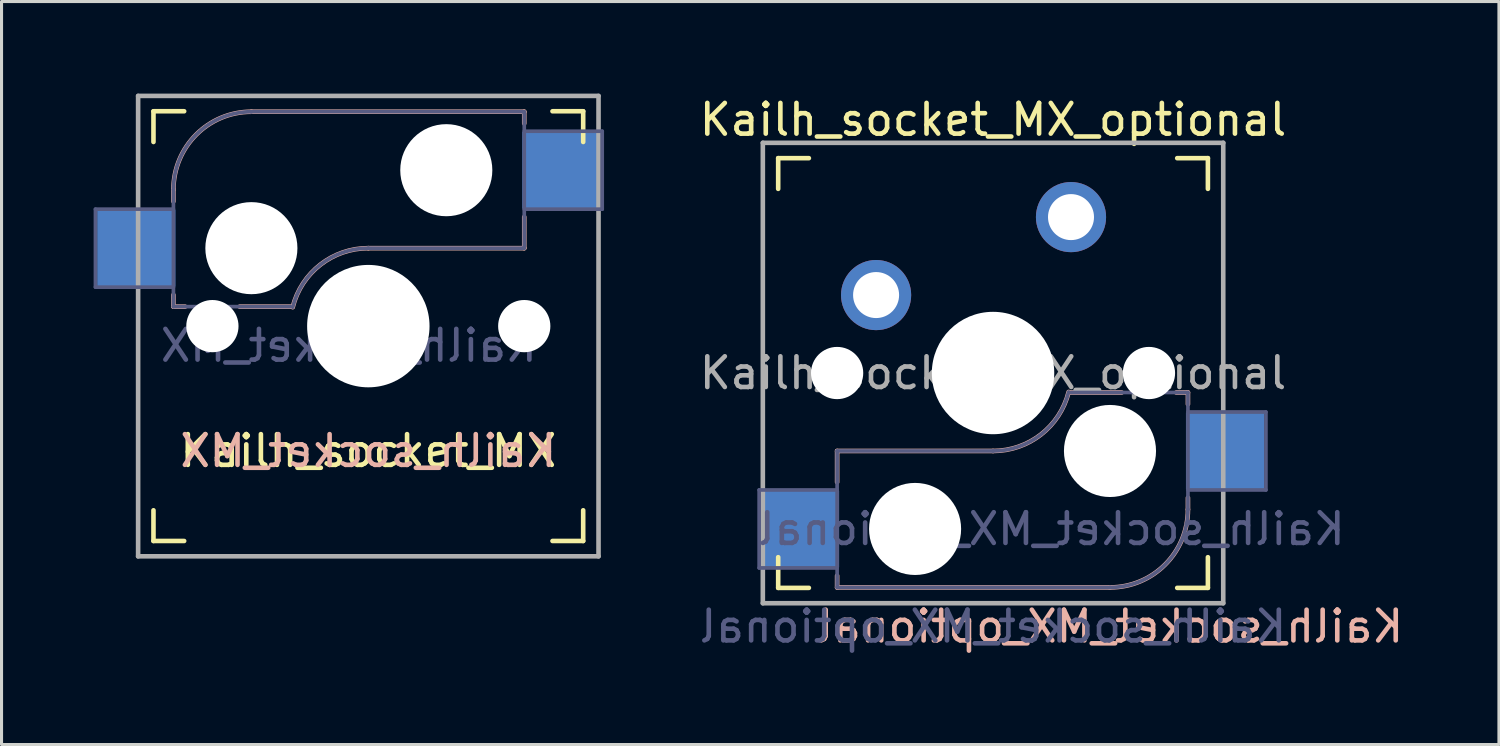
<source format=kicad_pcb>
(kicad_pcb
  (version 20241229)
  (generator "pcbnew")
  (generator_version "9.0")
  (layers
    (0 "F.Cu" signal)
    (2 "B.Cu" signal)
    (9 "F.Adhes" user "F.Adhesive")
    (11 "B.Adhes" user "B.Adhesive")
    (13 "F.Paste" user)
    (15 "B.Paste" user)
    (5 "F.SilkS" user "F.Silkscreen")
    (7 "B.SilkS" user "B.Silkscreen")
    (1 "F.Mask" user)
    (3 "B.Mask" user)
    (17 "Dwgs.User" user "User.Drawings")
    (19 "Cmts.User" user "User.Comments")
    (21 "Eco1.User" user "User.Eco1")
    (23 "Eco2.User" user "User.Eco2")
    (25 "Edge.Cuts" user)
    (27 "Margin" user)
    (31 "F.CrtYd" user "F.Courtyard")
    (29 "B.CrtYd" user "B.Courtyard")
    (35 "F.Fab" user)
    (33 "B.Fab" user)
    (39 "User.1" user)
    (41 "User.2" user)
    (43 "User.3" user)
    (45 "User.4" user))
  (footprint "Kailh_socket_MX"
    (layer "F.Cu")
    (at 8.95 7.575)
    (property "Reference" "Kailh_socket_MX" (at 0 4.064 0) (layer "B.SilkS") (effects (font (size 1 1) (thickness 0.15)) (justify mirror)))
    (property "Value" "Kailh_socket_MX" (at 0 8.255 0) (layer "F.Fab") (hide yes) (effects (font (size 1 1) (thickness 0.15))))
    (attr smd)
    (fp_line (start -7 -6) (end -7 -7) (stroke (width 0.15) (type solid)) (layer "F.SilkS"))
    (fp_line (start -7 7) (end -7 6) (stroke (width 0.15) (type solid)) (layer "F.SilkS"))
    (fp_line (start -7 7) (end -6 7) (stroke (width 0.15) (type solid)) (layer "F.SilkS"))
    (fp_line (start -6 -7) (end -7 -7) (stroke (width 0.15) (type solid)) (layer "F.SilkS"))
    (fp_line (start 6 7) (end 7 7) (stroke (width 0.15) (type solid)) (layer "F.SilkS"))
    (fp_line (start 7 -7) (end 6 -7) (stroke (width 0.15) (type solid)) (layer "F.SilkS"))
    (fp_line (start 7 -7) (end 7 -6) (stroke (width 0.15) (type solid)) (layer "F.SilkS"))
    (fp_line (start 7 6) (end 7 7) (stroke (width 0.15) (type solid)) (layer "F.SilkS"))
    (fp_line (start -6.35 -4.445) (end -6.35 -4.064) (stroke (width 0.15) (type solid)) (layer "B.SilkS"))
    (fp_line (start -6.35 -1.016) (end -6.35 -0.635) (stroke (width 0.15) (type solid)) (layer "B.SilkS"))
    (fp_line (start -5.969 -0.635) (end -6.35 -0.635) (stroke (width 0.15) (type solid)) (layer "B.SilkS"))
    (fp_line (start -3.81 -6.985) (end 5.08 -6.985) (stroke (width 0.15) (type solid)) (layer "B.SilkS"))
    (fp_line (start -2.464 -0.635) (end -4.191 -0.635) (stroke (width 0.15) (type solid)) (layer "B.SilkS"))
    (fp_line (start 5.08 -6.985) (end 5.08 -6.604) (stroke (width 0.15) (type solid)) (layer "B.SilkS"))
    (fp_line (start 5.08 -3.556) (end 5.08 -2.54) (stroke (width 0.15) (type solid)) (layer "B.SilkS"))
    (fp_line (start 5.08 -2.54) (end 0 -2.54) (stroke (width 0.15) (type solid)) (layer "B.SilkS"))
    (fp_arc (start -6.35 -4.445) (mid -5.606051 -6.241051) (end -3.81 -6.985) (stroke (width 0.15) (type solid)) (layer "B.SilkS"))
    (fp_arc (start -2.464162 -0.61604) (mid -1.563147 -2.002042) (end 0 -2.54) (stroke (width 0.15) (type solid)) (layer "B.SilkS"))
    (fp_line (start -6.9 6.9) (end -6.9 -6.9) (stroke (width 0.15) (type solid)) (layer "Eco2.User"))
    (fp_line (start -6.9 6.9) (end 6.9 6.9) (stroke (width 0.15) (type solid)) (layer "Eco2.User"))
    (fp_line (start 6.9 -6.9) (end -6.9 -6.9) (stroke (width 0.15) (type solid)) (layer "Eco2.User"))
    (fp_line (start 6.9 -6.9) (end 6.9 6.9) (stroke (width 0.15) (type solid)) (layer "Eco2.User"))
    (fp_line (start -8.89 -3.81) (end -6.35 -3.81) (stroke (width 0.12) (type solid)) (layer "B.Fab"))
    (fp_line (start -8.89 -1.27) (end -8.89 -3.81) (stroke (width 0.12) (type solid)) (layer "B.Fab"))
    (fp_line (start -6.35 -1.27) (end -8.89 -1.27) (stroke (width 0.12) (type solid)) (layer "B.Fab"))
    (fp_line (start -6.35 -0.635) (end -6.35 -4.445) (stroke (width 0.12) (type solid)) (layer "B.Fab"))
    (fp_line (start -6.35 -0.635) (end -2.54 -0.635) (stroke (width 0.12) (type solid)) (layer "B.Fab"))
    (fp_line (start -3.81 -6.985) (end 5.08 -6.985) (stroke (width 0.12) (type solid)) (layer "B.Fab"))
    (fp_line (start 5.08 -6.985) (end 5.08 -2.54) (stroke (width 0.12) (type solid)) (layer "B.Fab"))
    (fp_line (start 5.08 -6.35) (end 7.62 -6.35) (stroke (width 0.12) (type solid)) (layer "B.Fab"))
    (fp_line (start 5.08 -2.54) (end 0 -2.54) (stroke (width 0.12) (type solid)) (layer "B.Fab"))
    (fp_line (start 7.62 -6.35) (end 7.62 -3.81) (stroke (width 0.12) (type solid)) (layer "B.Fab"))
    (fp_line (start 7.62 -3.81) (end 5.08 -3.81) (stroke (width 0.12) (type solid)) (layer "B.Fab"))
    (fp_arc (start -6.35 -4.445) (mid -5.606051 -6.241051) (end -3.81 -6.985) (stroke (width 0.12) (type solid)) (layer "B.Fab"))
    (fp_arc (start -2.464162 -0.61604) (mid -1.563147 -2.002042) (end 0 -2.54) (stroke (width 0.12) (type solid)) (layer "B.Fab"))
    (fp_line (start -7.5 -7.5) (end 7.5 -7.5) (stroke (width 0.15) (type solid)) (layer "F.Fab"))
    (fp_line (start -7.5 7.5) (end -7.5 -7.5) (stroke (width 0.15) (type solid)) (layer "F.Fab"))
    (fp_line (start 7.5 -7.5) (end 7.5 7.5) (stroke (width 0.15) (type solid)) (layer "F.Fab"))
    (fp_line (start 7.5 7.5) (end -7.5 7.5) (stroke (width 0.15) (type solid)) (layer "F.Fab"))
    (fp_text user "${REFERENCE}" (at 0 4.064 0) (layer "F.SilkS") (effects (font (size 1 1) (thickness 0.15))))
    (fp_text user "${VALUE}" (at -0.635 0.635 0) (layer "B.Fab") (effects (font (size 1 1) (thickness 0.15)) (justify mirror)))
    (pad "" np_thru_hole circle (at -5.08 0) (size 1.702 1.702) (drill 1.702) (layers "*.Cu" "*.Mask"))
    (pad "" np_thru_hole circle (at -3.81 -2.54) (size 3 3) (drill 3) (layers "*.Cu" "*.Mask"))
    (pad "" np_thru_hole circle (at 0 0) (size 3.988 3.988) (drill 3.988) (layers "*.Cu" "*.Mask"))
    (pad "" np_thru_hole circle (at 2.54 -5.08) (size 3 3) (drill 3) (layers "*.Cu" "*.Mask"))
    (pad "" np_thru_hole circle (at 5.08 0) (size 1.702 1.702) (drill 1.702) (layers "*.Cu" "*.Mask"))
    (pad "1" smd rect (at 6.29 -5.08) (size 2.55 2.5) (layers "B.Cu" "B.Mask" "B.Paste"))
    (pad "2" smd rect (at -7.56 -2.54) (size 2.55 2.5) (layers "B.Cu" "B.Mask" "B.Paste")))
  (footprint "Kailh_socket_MX_optional"
    (layer "F.Cu")
    (at 29.303 9.103)
    (property "Reference" "Kailh_socket_MX_optional" (at 0 -8.255 0) (layer "F.SilkS") (effects (font (size 1 1) (thickness 0.15))))
    (property "Value" "Kailh_socket_MX_optional" (at 0 8.255 0) (layer "F.Fab") (hide yes) (effects (font (size 1 1) (thickness 0.15))))
    (attr through_hole)
    (fp_line (start -7 -6) (end -7 -7) (stroke (width 0.15) (type solid)) (layer "F.SilkS"))
    (fp_line (start -7 7) (end -7 6) (stroke (width 0.15) (type solid)) (layer "F.SilkS"))
    (fp_line (start -7 7) (end -6 7) (stroke (width 0.15) (type solid)) (layer "F.SilkS"))
    (fp_line (start -6 -7) (end -7 -7) (stroke (width 0.15) (type solid)) (layer "F.SilkS"))
    (fp_line (start 6 7) (end 7 7) (stroke (width 0.15) (type solid)) (layer "F.SilkS"))
    (fp_line (start 7 -7) (end 6 -7) (stroke (width 0.15) (type solid)) (layer "F.SilkS"))
    (fp_line (start 7 -7) (end 7 -6) (stroke (width 0.15) (type solid)) (layer "F.SilkS"))
    (fp_line (start 7 6) (end 7 7) (stroke (width 0.15) (type solid)) (layer "F.SilkS"))
    (fp_line (start -5.08 2.54) (end -5.08 3.556) (stroke (width 0.15) (type solid)) (layer "B.SilkS"))
    (fp_line (start -5.08 6.604) (end -5.08 6.985) (stroke (width 0.15) (type solid)) (layer "B.SilkS"))
    (fp_line (start -5.08 6.985) (end 3.81 6.985) (stroke (width 0.15) (type solid)) (layer "B.SilkS"))
    (fp_line (start 0 2.54) (end -5.08 2.54) (stroke (width 0.15) (type solid)) (layer "B.SilkS"))
    (fp_line (start 4.191 0.635) (end 2.54 0.635) (stroke (width 0.15) (type solid)) (layer "B.SilkS"))
    (fp_line (start 6.35 0.635) (end 5.969 0.635) (stroke (width 0.15) (type solid)) (layer "B.SilkS"))
    (fp_line (start 6.35 1.016) (end 6.35 0.635) (stroke (width 0.15) (type solid)) (layer "B.SilkS"))
    (fp_line (start 6.35 4.445) (end 6.35 4.064) (stroke (width 0.15) (type solid)) (layer "B.SilkS"))
    (fp_arc (start 2.464162 0.61604) (mid 1.563147 2.002042) (end 0 2.54) (stroke (width 0.15) (type solid)) (layer "B.SilkS"))
    (fp_arc (start 6.35 4.445) (mid 5.606051 6.241051) (end 3.81 6.985) (stroke (width 0.15) (type solid)) (layer "B.SilkS"))
    (fp_line (start -6.9 6.9) (end -6.9 -6.9) (stroke (width 0.15) (type solid)) (layer "Eco2.User"))
    (fp_line (start -6.9 6.9) (end 6.9 6.9) (stroke (width 0.15) (type solid)) (layer "Eco2.User"))
    (fp_line (start 6.9 -6.9) (end -6.9 -6.9) (stroke (width 0.15) (type solid)) (layer "Eco2.User"))
    (fp_line (start 6.9 -6.9) (end 6.9 6.9) (stroke (width 0.15) (type solid)) (layer "Eco2.User"))
    (fp_line (start -7.62 3.81) (end -7.62 6.35) (stroke (width 0.12) (type solid)) (layer "B.Fab"))
    (fp_line (start -7.62 6.35) (end -5.08 6.35) (stroke (width 0.12) (type solid)) (layer "B.Fab"))
    (fp_line (start -5.08 2.54) (end -5.08 6.985) (stroke (width 0.12) (type solid)) (layer "B.Fab"))
    (fp_line (start -5.08 3.81) (end -7.62 3.81) (stroke (width 0.12) (type solid)) (layer "B.Fab"))
    (fp_line (start -5.08 6.985) (end 3.81 6.985) (stroke (width 0.12) (type solid)) (layer "B.Fab"))
    (fp_line (start 0 2.54) (end -5.08 2.54) (stroke (width 0.12) (type solid)) (layer "B.Fab"))
    (fp_line (start 6.35 0.635) (end 2.54 0.635) (stroke (width 0.12) (type solid)) (layer "B.Fab"))
    (fp_line (start 6.35 3.81) (end 8.89 3.81) (stroke (width 0.12) (type solid)) (layer "B.Fab"))
    (fp_line (start 6.35 4.445) (end 6.35 0.635) (stroke (width 0.12) (type solid)) (layer "B.Fab"))
    (fp_line (start 8.89 1.27) (end 6.35 1.27) (stroke (width 0.12) (type solid)) (layer "B.Fab"))
    (fp_line (start 8.89 3.81) (end 8.89 1.27) (stroke (width 0.12) (type solid)) (layer "B.Fab"))
    (fp_arc (start 2.464162 0.61604) (mid 1.563147 2.002042) (end 0 2.54) (stroke (width 0.12) (type solid)) (layer "B.Fab"))
    (fp_arc (start 6.35 4.445) (mid 5.606051 6.241051) (end 3.81 6.985) (stroke (width 0.12) (type solid)) (layer "B.Fab"))
    (fp_line (start -7.5 -7.5) (end 7.5 -7.5) (stroke (width 0.15) (type solid)) (layer "F.Fab"))
    (fp_line (start -7.5 7.5) (end -7.5 -7.5) (stroke (width 0.15) (type solid)) (layer "F.Fab"))
    (fp_line (start 7.5 -7.5) (end 7.5 7.5) (stroke (width 0.15) (type solid)) (layer "F.Fab"))
    (fp_line (start 7.5 7.5) (end -7.5 7.5) (stroke (width 0.15) (type solid)) (layer "F.Fab"))
    (fp_text user "${REFERENCE}" (at 3.81 8.255 0) (layer "B.SilkS") (effects (font (size 1 1) (thickness 0.15)) (justify mirror)))
    (fp_text user "${VALUE}" (at 0 8.255 0) (layer "B.Fab") (effects (font (size 1 1) (thickness 0.15)) (justify mirror)))
    (fp_text user "${REFERENCE}" (at 1.905 5.08 0) (layer "B.Fab") (effects (font (size 1 1) (thickness 0.15)) (justify mirror)))
    (fp_text user "${REFERENCE}" (at 0 0 0) (layer "F.Fab") (effects (font (size 1 1) (thickness 0.15))))
    (pad "" np_thru_hole circle (at -5.08 0) (size 1.702 1.702) (drill 1.702) (layers "*.Cu" "*.Mask"))
    (pad "" np_thru_hole circle (at -2.54 5.08) (size 3 3) (drill 3) (layers "*.Cu" "*.Mask"))
    (pad "" np_thru_hole circle (at 0 0) (size 3.988 3.988) (drill 3.988) (layers "*.Cu" "*.Mask"))
    (pad "" np_thru_hole circle (at 3.81 2.54) (size 3 3) (drill 3) (layers "*.Cu" "*.Mask"))
    (pad "" np_thru_hole circle (at 5.08 0) (size 1.702 1.702) (drill 1.702) (layers "*.Cu" "*.Mask"))
    (pad "1" smd rect (at -6.29 5.08) (size 2.55 2.5) (layers "B.Cu" "B.Mask" "B.Paste"))
    (pad "1" thru_hole circle (at 2.54 -5.08) (size 2.286 2.286) (drill 1.499) (layers "*.Cu" "*.Mask"))
    (pad "2" thru_hole circle (at -3.81 -2.54) (size 2.286 2.286) (drill 1.499) (layers "*.Cu" "*.Mask"))
    (pad "2" smd rect (at 7.56 2.54) (size 2.55 2.5) (layers "B.Cu" "B.Mask" "B.Paste")))
  (gr_rect
    (start -3 -3)
    (end 45.785 21.206)
    (stroke (width 0.1) (type default))
    (fill no)
    (layer "Edge.Cuts")))
</source>
